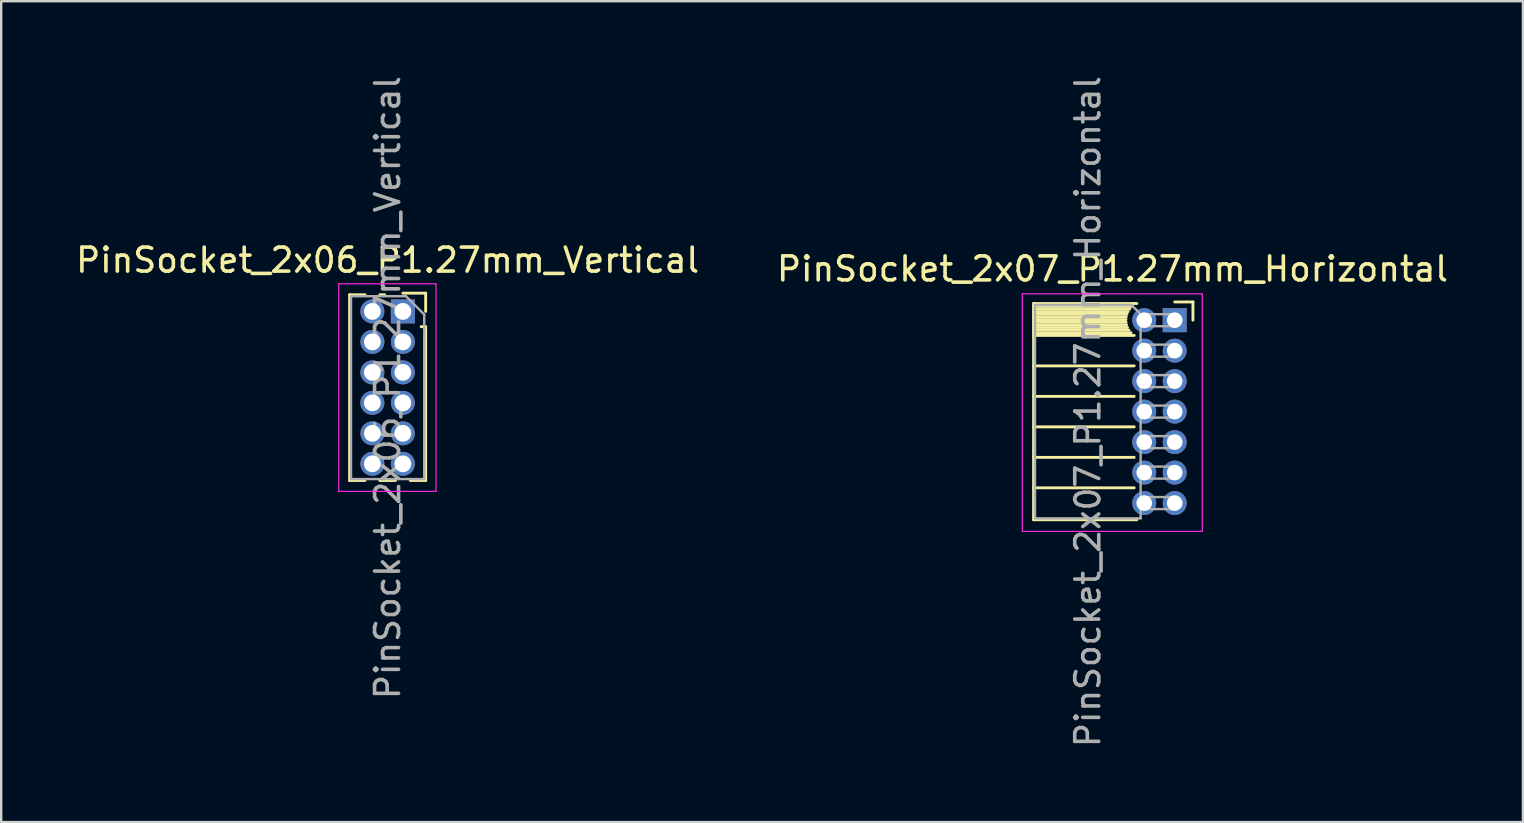
<source format=kicad_pcb>
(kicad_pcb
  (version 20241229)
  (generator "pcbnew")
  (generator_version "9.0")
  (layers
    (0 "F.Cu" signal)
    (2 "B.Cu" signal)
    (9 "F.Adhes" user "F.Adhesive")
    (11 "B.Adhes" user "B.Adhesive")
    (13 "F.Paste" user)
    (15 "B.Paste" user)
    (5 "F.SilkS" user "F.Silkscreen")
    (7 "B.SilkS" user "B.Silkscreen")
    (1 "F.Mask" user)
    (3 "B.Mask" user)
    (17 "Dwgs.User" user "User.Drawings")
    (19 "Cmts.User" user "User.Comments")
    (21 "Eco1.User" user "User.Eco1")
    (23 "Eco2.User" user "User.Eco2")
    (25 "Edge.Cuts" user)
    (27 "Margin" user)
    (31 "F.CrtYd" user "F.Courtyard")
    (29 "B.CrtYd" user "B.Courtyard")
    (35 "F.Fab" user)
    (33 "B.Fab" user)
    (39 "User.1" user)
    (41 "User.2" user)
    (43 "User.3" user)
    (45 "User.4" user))
  (footprint "PinSocket_2x06_P1.27mm_Vertical"
    (layer "F.Cu")
    (at 13.736 9.926)
    (property "Reference" "PinSocket_2x06_P1.27mm_Vertical" (at -0.635 -2.135 0) (layer "F.SilkS") (effects (font (size 1 1) (thickness 0.15))))
    (attr through_hole)
    (fp_line (start -2.22 -0.695) (end -2.22 7.045) (stroke (width 0.12) (type solid)) (layer "F.SilkS"))
    (fp_line (start -2.22 -0.695) (end -1.578 -0.695) (stroke (width 0.12) (type solid)) (layer "F.SilkS"))
    (fp_line (start -2.22 7.045) (end -1.578 7.045) (stroke (width 0.12) (type solid)) (layer "F.SilkS"))
    (fp_line (start -0.962 -0.695) (end -0.76 -0.695) (stroke (width 0.12) (type solid)) (layer "F.SilkS"))
    (fp_line (start -0.962 7.045) (end -0.308 7.045) (stroke (width 0.12) (type solid)) (layer "F.SilkS"))
    (fp_line (start 0 -0.76) (end 0.95 -0.76) (stroke (width 0.12) (type solid)) (layer "F.SilkS"))
    (fp_line (start 0.308 7.045) (end 0.95 7.045) (stroke (width 0.12) (type solid)) (layer "F.SilkS"))
    (fp_line (start 0.76 0.635) (end 0.95 0.635) (stroke (width 0.12) (type solid)) (layer "F.SilkS"))
    (fp_line (start 0.95 -0.76) (end 0.95 0) (stroke (width 0.12) (type solid)) (layer "F.SilkS"))
    (fp_line (start 0.95 0.635) (end 0.95 7.045) (stroke (width 0.12) (type solid)) (layer "F.SilkS"))
    (fp_line (start -2.67 -1.15) (end 1.38 -1.15) (stroke (width 0.05) (type solid)) (layer "F.CrtYd"))
    (fp_line (start -2.67 7.5) (end -2.67 -1.15) (stroke (width 0.05) (type solid)) (layer "F.CrtYd"))
    (fp_line (start 1.38 -1.15) (end 1.38 7.5) (stroke (width 0.05) (type solid)) (layer "F.CrtYd"))
    (fp_line (start 1.38 7.5) (end -2.67 7.5) (stroke (width 0.05) (type solid)) (layer "F.CrtYd"))
    (fp_line (start -2.16 -0.635) (end 0.128 -0.635) (stroke (width 0.1) (type solid)) (layer "F.Fab"))
    (fp_line (start -2.16 6.985) (end -2.16 -0.635) (stroke (width 0.1) (type solid)) (layer "F.Fab"))
    (fp_line (start 0.128 -0.635) (end 0.89 0.128) (stroke (width 0.1) (type solid)) (layer "F.Fab"))
    (fp_line (start 0.89 0.128) (end 0.89 6.985) (stroke (width 0.1) (type solid)) (layer "F.Fab"))
    (fp_line (start 0.89 6.985) (end -2.16 6.985) (stroke (width 0.1) (type solid)) (layer "F.Fab"))
    (fp_text user "${REFERENCE}" (at -0.635 3.175 90) (layer "F.Fab") (effects (font (size 1 1) (thickness 0.15))))
    (pad "1" thru_hole rect (at 0 0) (size 1 1) (drill 0.7) (layers "*.Cu" "*.Mask"))
    (pad "2" thru_hole oval (at -1.27 0) (size 1 1) (drill 0.7) (layers "*.Cu" "*.Mask"))
    (pad "3" thru_hole oval (at 0 1.27) (size 1 1) (drill 0.7) (layers "*.Cu" "*.Mask"))
    (pad "4" thru_hole oval (at -1.27 1.27) (size 1 1) (drill 0.7) (layers "*.Cu" "*.Mask"))
    (pad "5" thru_hole oval (at 0 2.54) (size 1 1) (drill 0.7) (layers "*.Cu" "*.Mask"))
    (pad "6" thru_hole oval (at -1.27 2.54) (size 1 1) (drill 0.7) (layers "*.Cu" "*.Mask"))
    (pad "7" thru_hole oval (at 0 3.81) (size 1 1) (drill 0.7) (layers "*.Cu" "*.Mask"))
    (pad "8" thru_hole oval (at -1.27 3.81) (size 1 1) (drill 0.7) (layers "*.Cu" "*.Mask"))
    (pad "9" thru_hole oval (at 0 5.08) (size 1 1) (drill 0.7) (layers "*.Cu" "*.Mask"))
    (pad "10" thru_hole oval (at -1.27 5.08) (size 1 1) (drill 0.7) (layers "*.Cu" "*.Mask"))
    (pad "11" thru_hole oval (at 0 6.35) (size 1 1) (drill 0.7) (layers "*.Cu" "*.Mask"))
    (pad "12" thru_hole oval (at -1.27 6.35) (size 1 1) (drill 0.7) (layers "*.Cu" "*.Mask")))
  (footprint "PinSocket_2x07_P1.27mm_Horizontal"
    (layer "F.Cu")
    (at 45.896 10.291)
    (property "Reference" "PinSocket_2x07_P1.27mm_Horizontal" (at -2.592 -2.135 0) (layer "F.SilkS") (effects (font (size 1 1) (thickness 0.15))))
    (attr through_hole)
    (fp_line (start -5.88 -0.695) (end -5.88 8.315) (stroke (width 0.12) (type solid)) (layer "F.SilkS"))
    (fp_line (start -5.88 -0.695) (end -1.578 -0.695) (stroke (width 0.12) (type solid)) (layer "F.SilkS"))
    (fp_line (start -5.88 -0.575) (end -1.767 -0.575) (stroke (width 0.12) (type solid)) (layer "F.SilkS"))
    (fp_line (start -5.88 -0.465) (end -1.871 -0.465) (stroke (width 0.12) (type solid)) (layer "F.SilkS"))
    (fp_line (start -5.88 -0.355) (end -1.942 -0.355) (stroke (width 0.12) (type solid)) (layer "F.SilkS"))
    (fp_line (start -5.88 -0.245) (end -1.989 -0.245) (stroke (width 0.12) (type solid)) (layer "F.SilkS"))
    (fp_line (start -5.88 -0.135) (end -2.018 -0.135) (stroke (width 0.12) (type solid)) (layer "F.SilkS"))
    (fp_line (start -5.88 -0.025) (end -2.03 -0.025) (stroke (width 0.12) (type solid)) (layer "F.SilkS"))
    (fp_line (start -5.88 0.085) (end -2.025 0.085) (stroke (width 0.12) (type solid)) (layer "F.SilkS"))
    (fp_line (start -5.88 0.195) (end -2.005 0.195) (stroke (width 0.12) (type solid)) (layer "F.SilkS"))
    (fp_line (start -5.88 0.305) (end -1.966 0.305) (stroke (width 0.12) (type solid)) (layer "F.SilkS"))
    (fp_line (start -5.88 0.415) (end -1.907 0.415) (stroke (width 0.12) (type solid)) (layer "F.SilkS"))
    (fp_line (start -5.88 0.525) (end -1.82 0.525) (stroke (width 0.12) (type solid)) (layer "F.SilkS"))
    (fp_line (start -5.88 0.635) (end -1.688 0.635) (stroke (width 0.12) (type solid)) (layer "F.SilkS"))
    (fp_line (start -5.88 1.905) (end -1.688 1.905) (stroke (width 0.12) (type solid)) (layer "F.SilkS"))
    (fp_line (start -5.88 3.175) (end -1.688 3.175) (stroke (width 0.12) (type solid)) (layer "F.SilkS"))
    (fp_line (start -5.88 4.445) (end -1.688 4.445) (stroke (width 0.12) (type solid)) (layer "F.SilkS"))
    (fp_line (start -5.88 5.715) (end -1.688 5.715) (stroke (width 0.12) (type solid)) (layer "F.SilkS"))
    (fp_line (start -5.88 6.985) (end -1.688 6.985) (stroke (width 0.12) (type solid)) (layer "F.SilkS"))
    (fp_line (start -5.88 8.315) (end -1.578 8.315) (stroke (width 0.12) (type solid)) (layer "F.SilkS"))
    (fp_line (start 0 -0.76) (end 0.76 -0.76) (stroke (width 0.12) (type solid)) (layer "F.SilkS"))
    (fp_line (start 0.76 -0.76) (end 0.76 0) (stroke (width 0.12) (type solid)) (layer "F.SilkS"))
    (fp_line (start -6.35 -1.1) (end -6.35 8.8) (stroke (width 0.05) (type solid)) (layer "F.CrtYd"))
    (fp_line (start -6.35 8.8) (end 1.15 8.8) (stroke (width 0.05) (type solid)) (layer "F.CrtYd"))
    (fp_line (start 1.15 -1.1) (end -6.35 -1.1) (stroke (width 0.05) (type solid)) (layer "F.CrtYd"))
    (fp_line (start 1.15 8.8) (end 1.15 -1.1) (stroke (width 0.05) (type solid)) (layer "F.CrtYd"))
    (fp_line (start -5.82 -0.635) (end -1.805 -0.635) (stroke (width 0.1) (type solid)) (layer "F.Fab"))
    (fp_line (start -5.82 8.255) (end -5.82 -0.635) (stroke (width 0.1) (type solid)) (layer "F.Fab"))
    (fp_line (start -1.805 -0.635) (end -1.42 -0.25) (stroke (width 0.1) (type solid)) (layer "F.Fab"))
    (fp_line (start -1.42 -0.25) (end -1.42 8.255) (stroke (width 0.1) (type solid)) (layer "F.Fab"))
    (fp_line (start -1.42 0.25) (end 0 0.25) (stroke (width 0.1) (type solid)) (layer "F.Fab"))
    (fp_line (start -1.42 1.52) (end 0 1.52) (stroke (width 0.1) (type solid)) (layer "F.Fab"))
    (fp_line (start -1.42 2.79) (end 0 2.79) (stroke (width 0.1) (type solid)) (layer "F.Fab"))
    (fp_line (start -1.42 4.06) (end 0 4.06) (stroke (width 0.1) (type solid)) (layer "F.Fab"))
    (fp_line (start -1.42 5.33) (end 0 5.33) (stroke (width 0.1) (type solid)) (layer "F.Fab"))
    (fp_line (start -1.42 6.6) (end 0 6.6) (stroke (width 0.1) (type solid)) (layer "F.Fab"))
    (fp_line (start -1.42 7.87) (end 0 7.87) (stroke (width 0.1) (type solid)) (layer "F.Fab"))
    (fp_line (start -1.42 8.255) (end -5.82 8.255) (stroke (width 0.1) (type solid)) (layer "F.Fab"))
    (fp_line (start 0 -0.25) (end -1.42 -0.25) (stroke (width 0.1) (type solid)) (layer "F.Fab"))
    (fp_line (start 0 0.25) (end 0 -0.25) (stroke (width 0.1) (type solid)) (layer "F.Fab"))
    (fp_line (start 0 1.02) (end -1.42 1.02) (stroke (width 0.1) (type solid)) (layer "F.Fab"))
    (fp_line (start 0 1.52) (end 0 1.02) (stroke (width 0.1) (type solid)) (layer "F.Fab"))
    (fp_line (start 0 2.29) (end -1.42 2.29) (stroke (width 0.1) (type solid)) (layer "F.Fab"))
    (fp_line (start 0 2.79) (end 0 2.29) (stroke (width 0.1) (type solid)) (layer "F.Fab"))
    (fp_line (start 0 3.56) (end -1.42 3.56) (stroke (width 0.1) (type solid)) (layer "F.Fab"))
    (fp_line (start 0 4.06) (end 0 3.56) (stroke (width 0.1) (type solid)) (layer "F.Fab"))
    (fp_line (start 0 4.83) (end -1.42 4.83) (stroke (width 0.1) (type solid)) (layer "F.Fab"))
    (fp_line (start 0 5.33) (end 0 4.83) (stroke (width 0.1) (type solid)) (layer "F.Fab"))
    (fp_line (start 0 6.1) (end -1.42 6.1) (stroke (width 0.1) (type solid)) (layer "F.Fab"))
    (fp_line (start 0 6.6) (end 0 6.1) (stroke (width 0.1) (type solid)) (layer "F.Fab"))
    (fp_line (start 0 7.37) (end -1.42 7.37) (stroke (width 0.1) (type solid)) (layer "F.Fab"))
    (fp_line (start 0 7.87) (end 0 7.37) (stroke (width 0.1) (type solid)) (layer "F.Fab"))
    (fp_text user "${REFERENCE}" (at -3.62 3.81 90) (layer "F.Fab") (effects (font (size 1 1) (thickness 0.15))))
    (pad "1" thru_hole rect (at 0 0) (size 1 1) (drill 0.65) (layers "*.Cu" "*.Mask"))
    (pad "2" thru_hole oval (at -1.27 0) (size 1 1) (drill 0.65) (layers "*.Cu" "*.Mask"))
    (pad "3" thru_hole oval (at 0 1.27) (size 1 1) (drill 0.65) (layers "*.Cu" "*.Mask"))
    (pad "4" thru_hole oval (at -1.27 1.27) (size 1 1) (drill 0.65) (layers "*.Cu" "*.Mask"))
    (pad "5" thru_hole oval (at 0 2.54) (size 1 1) (drill 0.65) (layers "*.Cu" "*.Mask"))
    (pad "6" thru_hole oval (at -1.27 2.54) (size 1 1) (drill 0.65) (layers "*.Cu" "*.Mask"))
    (pad "7" thru_hole oval (at 0 3.81) (size 1 1) (drill 0.65) (layers "*.Cu" "*.Mask"))
    (pad "8" thru_hole oval (at -1.27 3.81) (size 1 1) (drill 0.65) (layers "*.Cu" "*.Mask"))
    (pad "9" thru_hole oval (at 0 5.08) (size 1 1) (drill 0.65) (layers "*.Cu" "*.Mask"))
    (pad "10" thru_hole oval (at -1.27 5.08) (size 1 1) (drill 0.65) (layers "*.Cu" "*.Mask"))
    (pad "11" thru_hole oval (at 0 6.35) (size 1 1) (drill 0.65) (layers "*.Cu" "*.Mask"))
    (pad "12" thru_hole oval (at -1.27 6.35) (size 1 1) (drill 0.65) (layers "*.Cu" "*.Mask"))
    (pad "13" thru_hole oval (at 0 7.62) (size 1 1) (drill 0.65) (layers "*.Cu" "*.Mask"))
    (pad "14" thru_hole oval (at -1.27 7.62) (size 1 1) (drill 0.65) (layers "*.Cu" "*.Mask")))
  (gr_rect
    (start -3 -3)
    (end 60.405 31.202)
    (stroke (width 0.1) (type default))
    (fill no)
    (layer "Edge.Cuts")))
</source>
